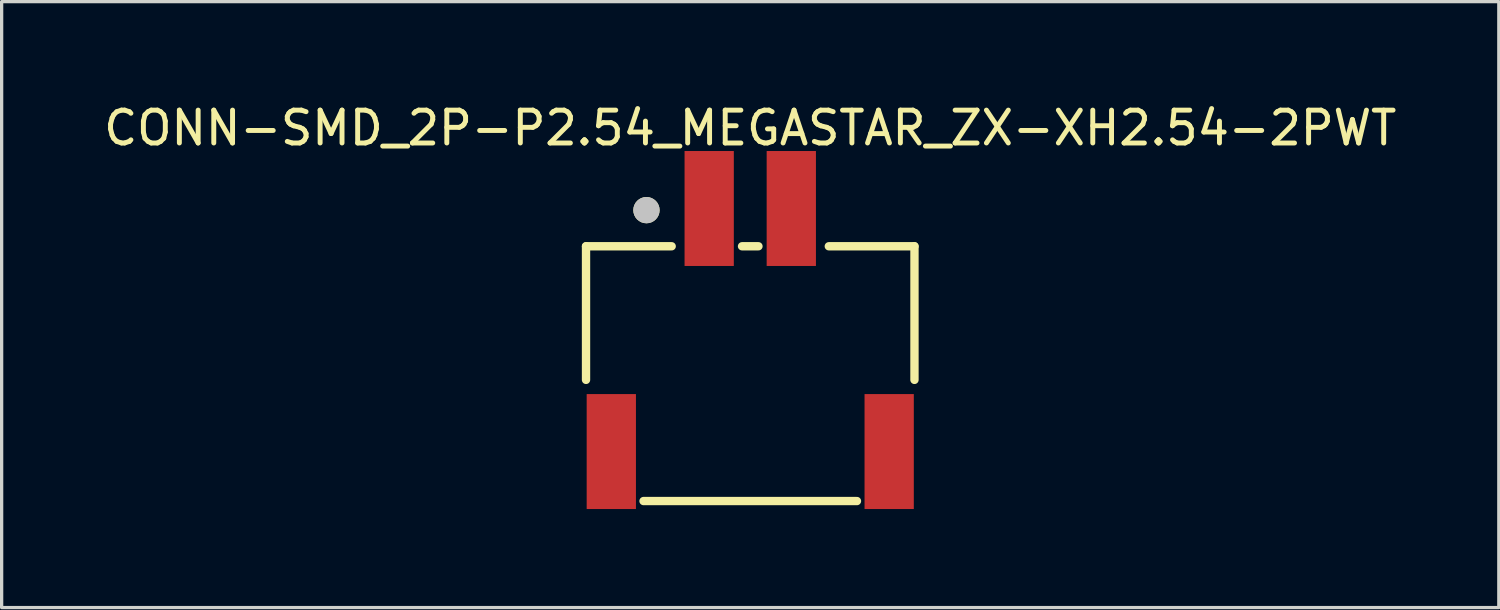
<source format=kicad_pcb>
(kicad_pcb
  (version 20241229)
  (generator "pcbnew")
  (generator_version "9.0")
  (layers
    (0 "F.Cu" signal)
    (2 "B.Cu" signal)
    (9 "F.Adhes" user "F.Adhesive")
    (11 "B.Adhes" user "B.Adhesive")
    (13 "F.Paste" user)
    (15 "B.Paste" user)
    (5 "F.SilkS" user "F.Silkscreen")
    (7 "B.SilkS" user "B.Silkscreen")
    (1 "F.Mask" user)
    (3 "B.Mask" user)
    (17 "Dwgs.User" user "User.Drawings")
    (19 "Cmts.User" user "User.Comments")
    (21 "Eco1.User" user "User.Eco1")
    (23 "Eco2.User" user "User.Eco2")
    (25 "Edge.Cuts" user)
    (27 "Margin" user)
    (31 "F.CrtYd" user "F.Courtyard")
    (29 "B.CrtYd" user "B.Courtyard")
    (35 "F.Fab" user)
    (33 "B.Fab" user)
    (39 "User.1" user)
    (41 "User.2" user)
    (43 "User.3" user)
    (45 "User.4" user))
  (footprint "CONN-SMD_2P-P2.54_MEGASTAR_ZX-XH2.54-2PWT"
    (layer "F.Cu")
    (at 19.792 6.998)
    (property "Reference" "CONN-SMD_2P-P2.54_MEGASTAR_ZX-XH2.54-2PWT" (at 0 -6.15 0) (unlocked yes) (layer "F.SilkS") (effects (font (size 1 1) (thickness 0.15))))
    (fp_line (start -5 -2.55) (end -5 1.518) (stroke (width 0.254) (type default)) (layer "F.SilkS"))
    (fp_line (start -5 -2.55) (end -2.392 -2.55) (stroke (width 0.254) (type default)) (layer "F.SilkS"))
    (fp_line (start -3.249 5.207) (end 3.249 5.207) (stroke (width 0.254) (type default)) (layer "F.SilkS"))
    (fp_line (start -0.25 -2.55) (end 0.25 -2.55) (stroke (width 0.254) (type default)) (layer "F.SilkS"))
    (fp_line (start 2.392 -2.55) (end 5 -2.55) (stroke (width 0.254) (type default)) (layer "F.SilkS"))
    (fp_line (start 5 -2.55) (end 5 1.518) (stroke (width 0.254) (type default)) (layer "F.SilkS"))
    (fp_circle (center -3.16 -3.65) (end -2.96 -3.65) (stroke (width 0.4) (type default)) (fill no) (layer "F.SilkS"))
    (fp_circle (center -3.16 -3.65) (end -2.96 -3.65) (stroke (width 0.4) (type default)) (fill no) (layer "Dwgs.User"))
    (fp_poly (pts (xy -4.94 -5.25) (xy -4.958 -5.292) (xy -5 -5.31) (xy -5.042 -5.292) (xy -5.06 -5.25) (xy -5.042 -5.208) (xy -5 -5.19) (xy -4.958 -5.208)) (stroke (width 0.1) (type default)) (fill no) (layer "User.3"))
    (pad "1" smd rect (at -1.25 -3.7) (size 1.5 3.5) (layers "F.Cu" "F.Mask" "F.Paste"))
    (pad "2" smd rect (at 1.25 -3.7) (size 1.5 3.5) (layers "F.Cu" "F.Mask" "F.Paste"))
    (pad "3" smd rect (at -4.23 3.7) (size 1.5 3.5) (layers "F.Cu" "F.Mask" "F.Paste"))
    (pad "4" smd rect (at 4.23 3.7) (size 1.5 3.5) (layers "F.Cu" "F.Mask" "F.Paste")))
  (gr_rect
    (start -3 -3)
    (end 42.583 15.448)
    (stroke (width 0.1) (type default))
    (fill no)
    (layer "Edge.Cuts")))
</source>
